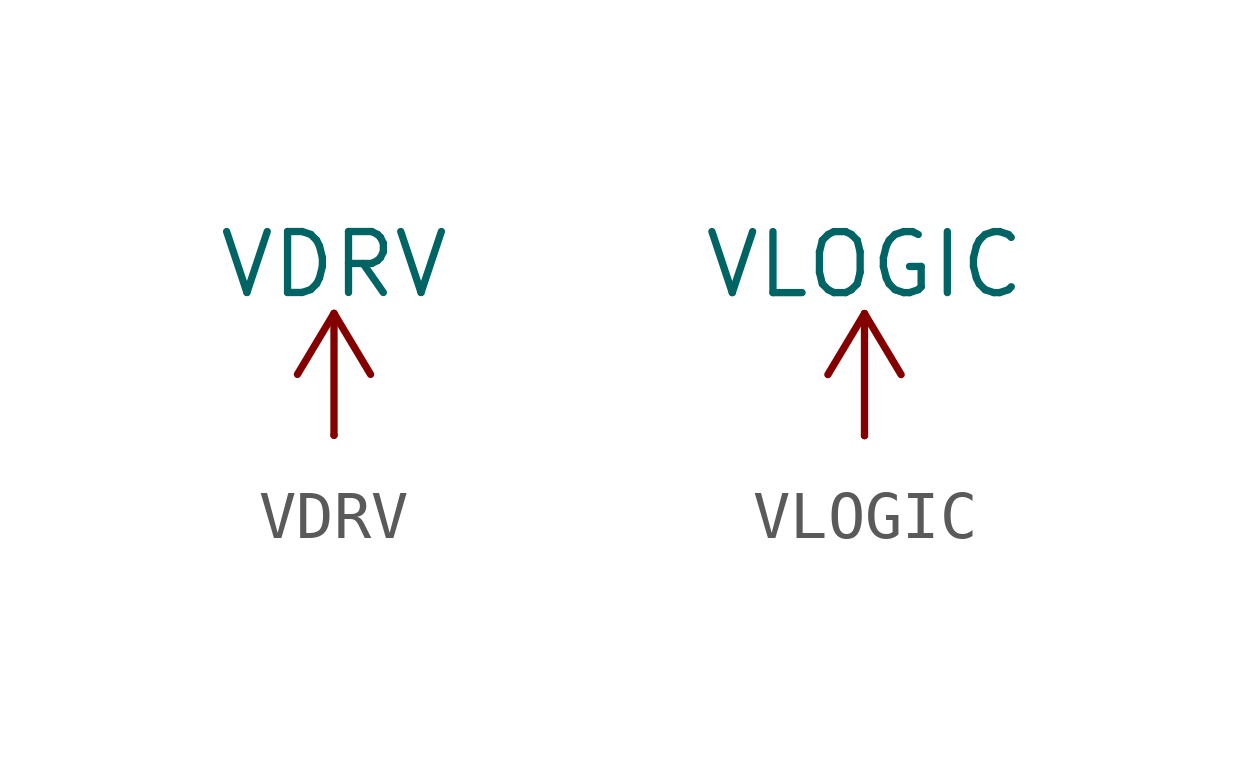
<source format=kicad_sym>
(kicad_symbol_lib
  (version 20241209)
  (generator "kicad_symbol_editor")
  (generator_version "9.0")
  (symbol "VDRV"
    (power)
    (pin_numbers
      (hide yes))
    (pin_names
      (offset 0)
      (hide yes))
    (property "Reference" "#PWR"
      (at 0 -3.81 0)
      (effects (font (size 1.27 1.27)) (hide yes)))
    (property "Value" "VDRV"
      (at 0 3.556 0)
      (effects (font (size 1.27 1.27))))
    (symbol "VDRV_0_1"
      (polyline (pts (xy -0.762 1.27) (xy 0 2.54)) (stroke (width 0) (type default)) (fill (type none)))
      (polyline (pts (xy 0 2.54) (xy 0.762 1.27)) (stroke (width 0) (type default)) (fill (type none)))
      (polyline (pts (xy 0 0) (xy 0 2.54)) (stroke (width 0) (type default)) (fill (type none))))
    (symbol "VDRV_1_1"
      (pin power_in line (at 0 0 90) (length 0) (name "~" (effects (font (size 1.27 1.27)))) (number "1" (effects (font (size 1.27 1.27)))))))
  (symbol "VLOGIC"
    (power)
    (pin_numbers
      (hide yes))
    (pin_names
      (offset 0)
      (hide yes))
    (property "Reference" "#PWR"
      (at 0 -3.81 0)
      (effects (font (size 1.27 1.27)) (hide yes)))
    (property "Value" "VLOGIC"
      (at 0 3.556 0)
      (effects (font (size 1.27 1.27))))
    (symbol "VLOGIC_0_1"
      (polyline (pts (xy -0.762 1.27) (xy 0 2.54)) (stroke (width 0) (type default)) (fill (type none)))
      (polyline (pts (xy 0 2.54) (xy 0.762 1.27)) (stroke (width 0) (type default)) (fill (type none)))
      (polyline (pts (xy 0 0) (xy 0 2.54)) (stroke (width 0) (type default)) (fill (type none))))
    (symbol "VLOGIC_1_1"
      (pin power_in line (at 0 0 90) (length 0) (name "~" (effects (font (size 1.27 1.27)))) (number "1" (effects (font (size 1.27 1.27))))))))
</source>
